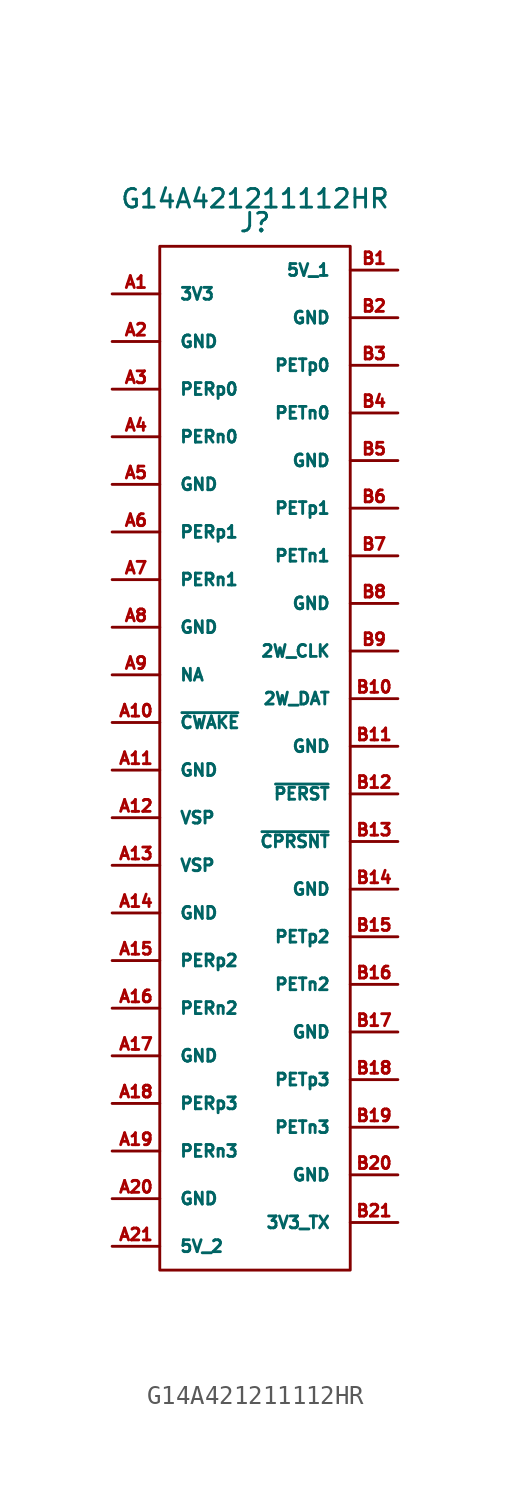
<source format=kicad_sym>
(kicad_symbol_lib
  (version 20211014)
  (generator kicad_symbol_editor)
  (symbol "G14A421211112HR"
    (pin_names
      (offset 1.016))
    (property "Reference" "J"
      (at 0 27.94 0)
      (effects (font (size 0.991 0.991))))
    (property "Value" "G14A421211112HR"
      (at 0 29.21 0)
      (effects (font (size 0.991 0.991))))
    (symbol "G14A421211112HR_0_1"
      (rectangle (start -5.08 26.67) (end 5.08 -27.94) (stroke (width 0) (type default) (color 0 0 0 0)) (fill (type none))))
    (symbol "G14A421211112HR_1_1"
      (pin passive line (at -7.62 24.13 0) (length 2.54) (name "3V3" (effects (font (size 0.635 0.635)))) (number "A1" (effects (font (size 0.635 0.635)))))
      (pin passive line (at -7.62 1.27 0) (length 2.54) (name "~{CWAKE}" (effects (font (size 0.635 0.635)))) (number "A10" (effects (font (size 0.635 0.635)))))
      (pin passive line (at -7.62 -1.27 0) (length 2.54) (name "GND" (effects (font (size 0.635 0.635)))) (number "A11" (effects (font (size 0.635 0.635)))))
      (pin passive line (at -7.62 -3.81 0) (length 2.54) (name "VSP" (effects (font (size 0.635 0.635)))) (number "A12" (effects (font (size 0.635 0.635)))))
      (pin passive line (at -7.62 -6.35 0) (length 2.54) (name "VSP" (effects (font (size 0.635 0.635)))) (number "A13" (effects (font (size 0.635 0.635)))))
      (pin passive line (at -7.62 -8.89 0) (length 2.54) (name "GND" (effects (font (size 0.635 0.635)))) (number "A14" (effects (font (size 0.635 0.635)))))
      (pin passive line (at -7.62 -11.43 0) (length 2.54) (name "PERp2" (effects (font (size 0.635 0.635)))) (number "A15" (effects (font (size 0.635 0.635)))))
      (pin passive line (at -7.62 -13.97 0) (length 2.54) (name "PERn2" (effects (font (size 0.635 0.635)))) (number "A16" (effects (font (size 0.635 0.635)))))
      (pin passive line (at -7.62 -16.51 0) (length 2.54) (name "GND" (effects (font (size 0.635 0.635)))) (number "A17" (effects (font (size 0.635 0.635)))))
      (pin passive line (at -7.62 -19.05 0) (length 2.54) (name "PERp3" (effects (font (size 0.635 0.635)))) (number "A18" (effects (font (size 0.635 0.635)))))
      (pin passive line (at -7.62 -21.59 0) (length 2.54) (name "PERn3" (effects (font (size 0.635 0.635)))) (number "A19" (effects (font (size 0.635 0.635)))))
      (pin passive line (at -7.62 21.59 0) (length 2.54) (name "GND" (effects (font (size 0.635 0.635)))) (number "A2" (effects (font (size 0.635 0.635)))))
      (pin passive line (at -7.62 -24.13 0) (length 2.54) (name "GND" (effects (font (size 0.635 0.635)))) (number "A20" (effects (font (size 0.635 0.635)))))
      (pin passive line (at -7.62 -26.67 0) (length 2.54) (name "5V_2" (effects (font (size 0.635 0.635)))) (number "A21" (effects (font (size 0.635 0.635)))))
      (pin passive line (at -7.62 19.05 0) (length 2.54) (name "PERp0" (effects (font (size 0.635 0.635)))) (number "A3" (effects (font (size 0.635 0.635)))))
      (pin passive line (at -7.62 16.51 0) (length 2.54) (name "PERn0" (effects (font (size 0.635 0.635)))) (number "A4" (effects (font (size 0.635 0.635)))))
      (pin passive line (at -7.62 13.97 0) (length 2.54) (name "GND" (effects (font (size 0.635 0.635)))) (number "A5" (effects (font (size 0.635 0.635)))))
      (pin passive line (at -7.62 11.43 0) (length 2.54) (name "PERp1" (effects (font (size 0.635 0.635)))) (number "A6" (effects (font (size 0.635 0.635)))))
      (pin passive line (at -7.62 8.89 0) (length 2.54) (name "PERn1" (effects (font (size 0.635 0.635)))) (number "A7" (effects (font (size 0.635 0.635)))))
      (pin passive line (at -7.62 6.35 0) (length 2.54) (name "GND" (effects (font (size 0.635 0.635)))) (number "A8" (effects (font (size 0.635 0.635)))))
      (pin passive line (at -7.62 3.81 0) (length 2.54) (name "NA" (effects (font (size 0.635 0.635)))) (number "A9" (effects (font (size 0.635 0.635)))))
      (pin passive line (at 7.62 25.4 180) (length 2.54) (name "5V_1" (effects (font (size 0.635 0.635)))) (number "B1" (effects (font (size 0.635 0.635)))))
      (pin passive line (at 7.62 2.54 180) (length 2.54) (name "2W_DAT" (effects (font (size 0.635 0.635)))) (number "B10" (effects (font (size 0.635 0.635)))))
      (pin passive line (at 7.62 0 180) (length 2.54) (name "GND" (effects (font (size 0.635 0.635)))) (number "B11" (effects (font (size 0.635 0.635)))))
      (pin passive line (at 7.62 -2.54 180) (length 2.54) (name "~{PERST}" (effects (font (size 0.635 0.635)))) (number "B12" (effects (font (size 0.635 0.635)))))
      (pin passive line (at 7.62 -5.08 180) (length 2.54) (name "~{CPRSNT}" (effects (font (size 0.635 0.635)))) (number "B13" (effects (font (size 0.635 0.635)))))
      (pin passive line (at 7.62 -7.62 180) (length 2.54) (name "GND" (effects (font (size 0.635 0.635)))) (number "B14" (effects (font (size 0.635 0.635)))))
      (pin passive line (at 7.62 -10.16 180) (length 2.54) (name "PETp2" (effects (font (size 0.635 0.635)))) (number "B15" (effects (font (size 0.635 0.635)))))
      (pin passive line (at 7.62 -12.7 180) (length 2.54) (name "PETn2" (effects (font (size 0.635 0.635)))) (number "B16" (effects (font (size 0.635 0.635)))))
      (pin passive line (at 7.62 -15.24 180) (length 2.54) (name "GND" (effects (font (size 0.635 0.635)))) (number "B17" (effects (font (size 0.635 0.635)))))
      (pin passive line (at 7.62 -17.78 180) (length 2.54) (name "PETp3" (effects (font (size 0.635 0.635)))) (number "B18" (effects (font (size 0.635 0.635)))))
      (pin passive line (at 7.62 -20.32 180) (length 2.54) (name "PETn3" (effects (font (size 0.635 0.635)))) (number "B19" (effects (font (size 0.635 0.635)))))
      (pin passive line (at 7.62 22.86 180) (length 2.54) (name "GND" (effects (font (size 0.635 0.635)))) (number "B2" (effects (font (size 0.635 0.635)))))
      (pin passive line (at 7.62 -22.86 180) (length 2.54) (name "GND" (effects (font (size 0.635 0.635)))) (number "B20" (effects (font (size 0.635 0.635)))))
      (pin passive line (at 7.62 -25.4 180) (length 2.54) (name "3V3_TX" (effects (font (size 0.635 0.635)))) (number "B21" (effects (font (size 0.635 0.635)))))
      (pin passive line (at 7.62 20.32 180) (length 2.54) (name "PETp0" (effects (font (size 0.635 0.635)))) (number "B3" (effects (font (size 0.635 0.635)))))
      (pin passive line (at 7.62 17.78 180) (length 2.54) (name "PETn0" (effects (font (size 0.635 0.635)))) (number "B4" (effects (font (size 0.635 0.635)))))
      (pin passive line (at 7.62 15.24 180) (length 2.54) (name "GND" (effects (font (size 0.635 0.635)))) (number "B5" (effects (font (size 0.635 0.635)))))
      (pin passive line (at 7.62 12.7 180) (length 2.54) (name "PETp1" (effects (font (size 0.635 0.635)))) (number "B6" (effects (font (size 0.635 0.635)))))
      (pin passive line (at 7.62 10.16 180) (length 2.54) (name "PETn1" (effects (font (size 0.635 0.635)))) (number "B7" (effects (font (size 0.635 0.635)))))
      (pin passive line (at 7.62 7.62 180) (length 2.54) (name "GND" (effects (font (size 0.635 0.635)))) (number "B8" (effects (font (size 0.635 0.635)))))
      (pin passive line (at 7.62 5.08 180) (length 2.54) (name "2W_CLK" (effects (font (size 0.635 0.635)))) (number "B9" (effects (font (size 0.635 0.635))))))))
</source>
